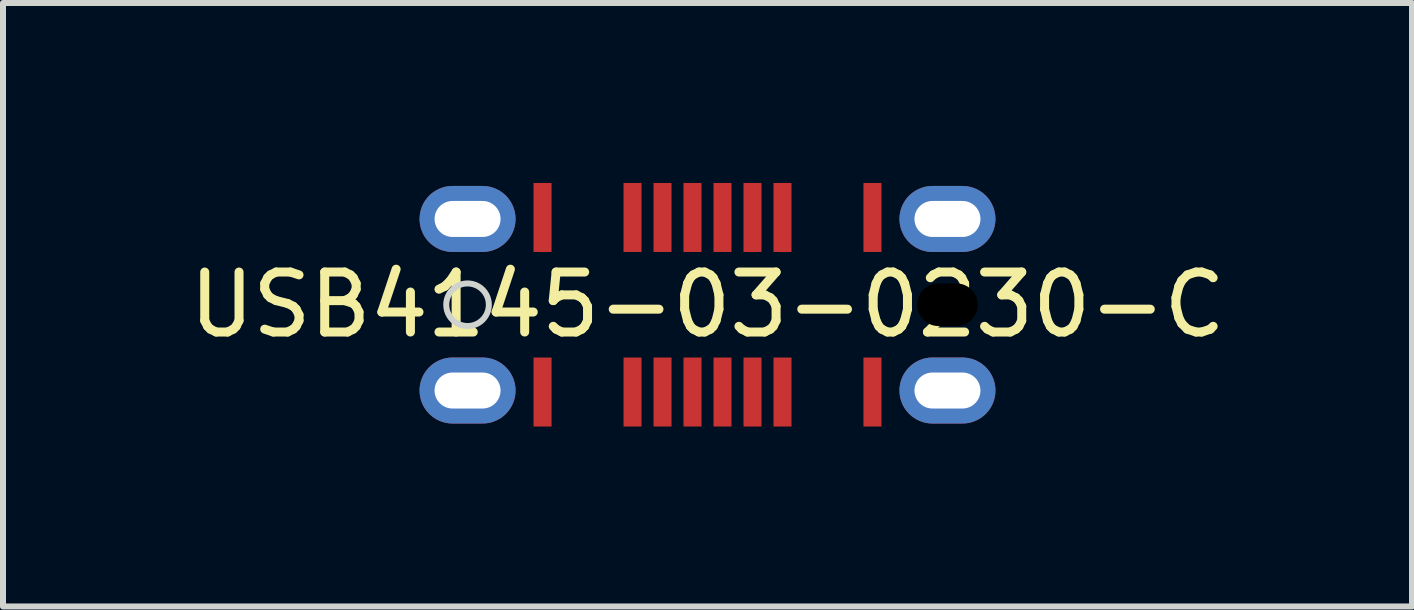
<source format=kicad_pcb>
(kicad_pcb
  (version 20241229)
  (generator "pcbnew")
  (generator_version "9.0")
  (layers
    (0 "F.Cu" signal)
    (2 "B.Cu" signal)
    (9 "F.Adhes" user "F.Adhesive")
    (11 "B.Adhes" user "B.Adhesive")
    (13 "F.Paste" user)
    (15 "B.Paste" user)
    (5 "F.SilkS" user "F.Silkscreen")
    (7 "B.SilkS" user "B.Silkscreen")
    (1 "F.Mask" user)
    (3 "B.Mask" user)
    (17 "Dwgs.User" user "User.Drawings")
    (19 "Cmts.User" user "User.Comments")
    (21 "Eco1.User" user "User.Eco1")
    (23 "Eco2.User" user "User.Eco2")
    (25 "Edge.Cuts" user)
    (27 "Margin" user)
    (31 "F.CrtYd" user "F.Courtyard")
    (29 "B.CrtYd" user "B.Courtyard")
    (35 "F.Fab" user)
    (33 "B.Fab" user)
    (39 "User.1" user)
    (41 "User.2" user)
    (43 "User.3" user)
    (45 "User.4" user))
  (footprint "USB4145-03-0230-C"
    (layer "F.Cu")
    (at 8.744 2.03)
    (property "Reference" "USB4145-03-0230-C" (at 0 0 0) (layer "F.SilkS") (effects (font (size 1 1) (thickness 0.15))))
    (attr through_hole)
    (fp_circle (center -4 0) (end -3.645 0) (stroke (width 0.1) (type default)) (fill no) (layer "Edge.Cuts"))
    (pad "" thru_hole oval (at -4 -1.43) (size 1.6 1.1) (drill oval 1.1 0.6) (layers "*.Cu" "*.Mask"))
    (pad "" thru_hole oval (at -4 1.43) (size 1.6 1.1) (drill oval 1.1 0.6) (layers "*.Cu" "*.Mask"))
    (pad "" thru_hole oval (at 4 -1.43) (size 1.6 1.1) (drill oval 1.1 0.6) (layers "*.Cu" "*.Mask"))
    (pad "" np_thru_hole oval (at 4 0) (size 1.01 0.71) (drill oval 1.01 0.71) (layers "*.Mask"))
    (pad "" thru_hole oval (at 4 1.43) (size 1.6 1.1) (drill oval 1.1 0.6) (layers "*.Cu" "*.Mask"))
    (pad "A1" smd rect (at -2.75 -1.455) (size 0.3 1.15) (layers "F.Cu" "F.Mask" "F.Paste"))
    (pad "A4" smd rect (at -1.25 -1.455) (size 0.3 1.15) (layers "F.Cu" "F.Mask" "F.Paste"))
    (pad "A5" smd rect (at -0.75 -1.455) (size 0.3 1.15) (layers "F.Cu" "F.Mask" "F.Paste"))
    (pad "A6" smd rect (at -0.25 -1.455) (size 0.3 1.15) (layers "F.Cu" "F.Mask" "F.Paste"))
    (pad "A7" smd rect (at 0.25 -1.455) (size 0.3 1.15) (layers "F.Cu" "F.Mask" "F.Paste"))
    (pad "A8" smd rect (at 0.75 -1.455) (size 0.3 1.15) (layers "F.Cu" "F.Mask" "F.Paste"))
    (pad "A9" smd rect (at 1.25 -1.455) (size 0.3 1.15) (layers "F.Cu" "F.Mask" "F.Paste"))
    (pad "A12" smd rect (at 2.75 -1.455) (size 0.3 1.15) (layers "F.Cu" "F.Mask" "F.Paste"))
    (pad "B1" smd rect (at 2.75 1.455) (size 0.3 1.15) (layers "F.Cu" "F.Mask" "F.Paste"))
    (pad "B4" smd rect (at 1.25 1.455) (size 0.3 1.15) (layers "F.Cu" "F.Mask" "F.Paste"))
    (pad "B5" smd rect (at 0.75 1.455) (size 0.3 1.15) (layers "F.Cu" "F.Mask" "F.Paste"))
    (pad "B6" smd rect (at 0.25 1.455) (size 0.3 1.15) (layers "F.Cu" "F.Mask" "F.Paste"))
    (pad "B7" smd rect (at -0.25 1.455) (size 0.3 1.15) (layers "F.Cu" "F.Mask" "F.Paste"))
    (pad "B8" smd rect (at -0.75 1.455) (size 0.3 1.15) (layers "F.Cu" "F.Mask" "F.Paste"))
    (pad "B9" smd rect (at -1.25 1.455) (size 0.3 1.15) (layers "F.Cu" "F.Mask" "F.Paste"))
    (pad "B12" smd rect (at -2.75 1.455) (size 0.3 1.15) (layers "F.Cu" "F.Mask" "F.Paste")))
  (gr_rect
    (start -3 -3)
    (end 20.488 7.06)
    (stroke (width 0.1) (type default))
    (fill no)
    (layer "Edge.Cuts")))
</source>
